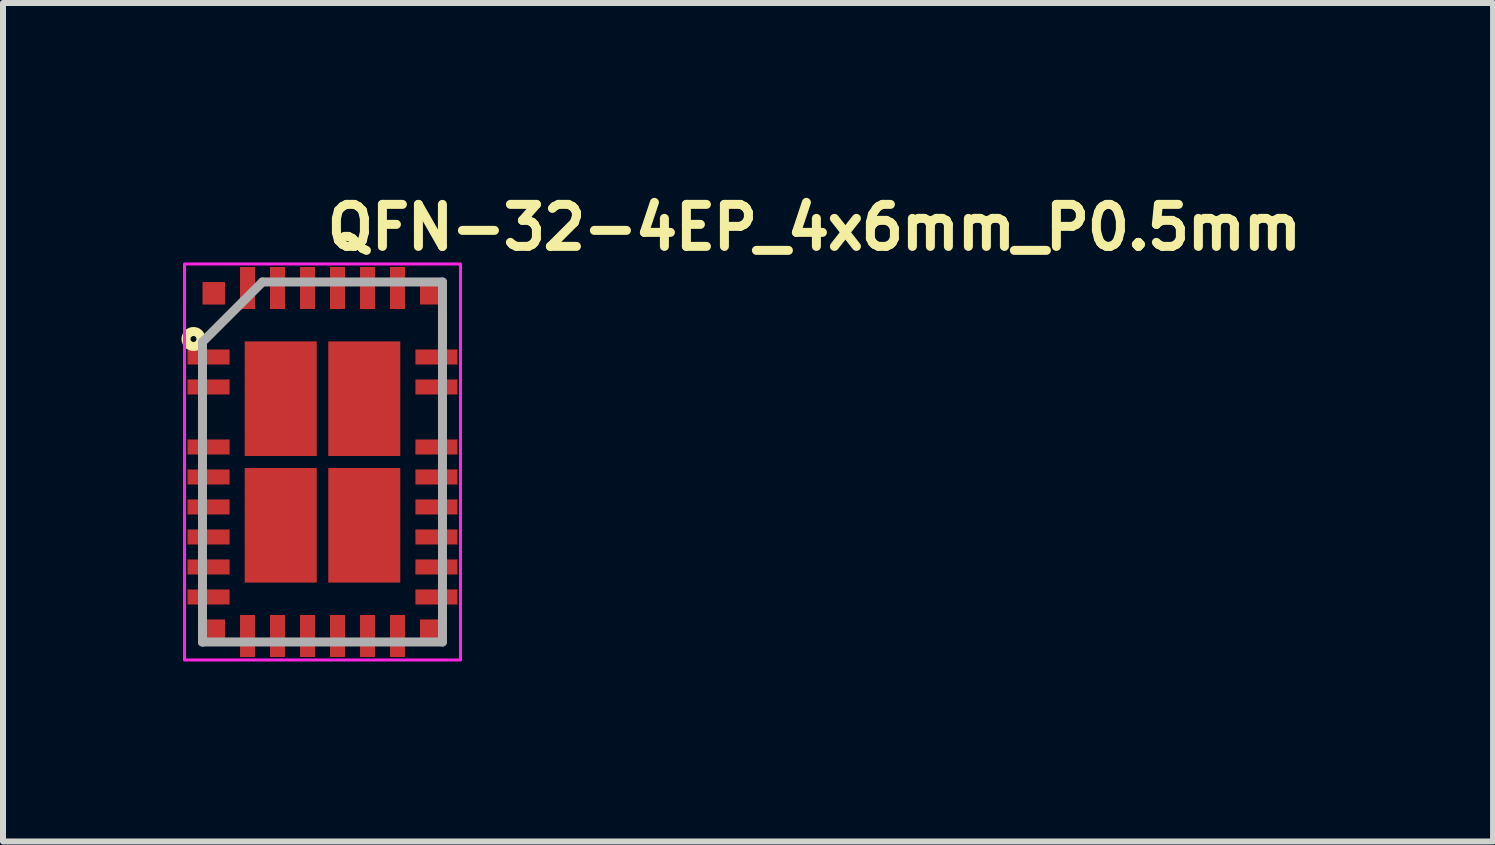
<source format=kicad_pcb>
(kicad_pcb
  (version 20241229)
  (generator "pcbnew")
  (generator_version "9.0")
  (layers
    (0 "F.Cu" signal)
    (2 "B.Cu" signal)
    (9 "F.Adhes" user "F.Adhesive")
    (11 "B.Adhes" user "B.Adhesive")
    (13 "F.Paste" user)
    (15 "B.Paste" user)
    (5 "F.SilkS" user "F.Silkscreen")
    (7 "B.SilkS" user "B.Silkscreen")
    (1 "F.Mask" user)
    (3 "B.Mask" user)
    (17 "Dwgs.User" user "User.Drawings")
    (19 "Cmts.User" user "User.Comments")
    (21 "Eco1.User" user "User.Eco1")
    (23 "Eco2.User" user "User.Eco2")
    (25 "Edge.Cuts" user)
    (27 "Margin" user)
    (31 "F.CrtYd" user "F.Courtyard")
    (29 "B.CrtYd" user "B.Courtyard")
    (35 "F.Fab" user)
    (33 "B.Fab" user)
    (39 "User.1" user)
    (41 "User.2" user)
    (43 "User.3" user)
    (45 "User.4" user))
  (footprint "QFN-32-4EP_4x6mm_P0.5mm"
    (layer "F.Cu")
    (at 2.325 4.65)
    (property "Reference" "QFN-32-4EP_4x6mm_P0.5mm" (at 0 -3.5 0) (unlocked yes) (layer "F.SilkS") (effects (font (size 0.7 0.7) (thickness 0.15)) (justify left bottom)))
    (attr smd)
    (fp_line (start -2 -1) (end -2 -0.5) (stroke (width 0.15) (type solid)) (layer "F.SilkS"))
    (fp_line (start 2 -2.5) (end 2 -2) (stroke (width 0.15) (type solid)) (layer "F.SilkS"))
    (fp_line (start 2 -1) (end 2 -0.5) (stroke (width 0.15) (type solid)) (layer "F.SilkS"))
    (fp_circle (center -2.15 -2.05) (end -2.1 -2.05) (stroke (width 0.15) (type solid)) (fill no) (layer "F.SilkS"))
    (fp_rect (start -2.3 -3.3) (end 2.3 3.3) (stroke (width 0.05) (type solid)) (fill no) (layer "F.CrtYd"))
    (fp_line (start -2 -2) (end -2 3) (stroke (width 0.15) (type solid)) (layer "F.Fab"))
    (fp_line (start -2 3) (end -2 3) (stroke (width 0.15) (type solid)) (layer "F.Fab"))
    (fp_line (start -2 3) (end 2 3) (stroke (width 0.15) (type solid)) (layer "F.Fab"))
    (fp_line (start -1 -3) (end -2 -2) (stroke (width 0.15) (type solid)) (layer "F.Fab"))
    (fp_line (start 2 -3) (end -1 -3) (stroke (width 0.15) (type solid)) (layer "F.Fab"))
    (fp_line (start 2 3) (end 2 -3) (stroke (width 0.15) (type solid)) (layer "F.Fab"))
    (fp_line (start -2 -3) (end 2 -3) (stroke (width 0.1) (type solid)) (layer "User.5"))
    (fp_line (start -2 3) (end -2 -3) (stroke (width 0.1) (type solid)) (layer "User.5"))
    (fp_line (start 2 -3) (end 2 3) (stroke (width 0.1) (type solid)) (layer "User.5"))
    (fp_line (start 2 3) (end -2 3) (stroke (width 0.1) (type solid)) (layer "User.5"))
    (fp_rect (start -2 -3) (end 2 3) (stroke (width 0.1) (type solid)) (fill no) (layer "User.5"))
    (fp_line (start -2 -3) (end -1.97 -2.97) (stroke (width 0.01) (type solid)) (layer "User.9"))
    (fp_line (start -2 -3) (end 1.899 -3) (stroke (width 0.01) (type solid)) (layer "User.9"))
    (fp_line (start -2 -2.625) (end -2 -2.799) (stroke (width 0.01) (type solid)) (layer "User.9"))
    (fp_line (start -2 -1.625) (end -2 -1.875) (stroke (width 0.01) (type solid)) (layer "User.9"))
    (fp_line (start -2 -1.125) (end -2 -1.375) (stroke (width 0.01) (type solid)) (layer "User.9"))
    (fp_line (start -2 -0.125) (end -2 -0.375) (stroke (width 0.01) (type solid)) (layer "User.9"))
    (fp_line (start -2 0.375) (end -2 0.125) (stroke (width 0.01) (type solid)) (layer "User.9"))
    (fp_line (start -2 0.875) (end -2 0.625) (stroke (width 0.01) (type solid)) (layer "User.9"))
    (fp_line (start -2 1.375) (end -2 1.125) (stroke (width 0.01) (type solid)) (layer "User.9"))
    (fp_line (start -2 2.799) (end -2 2.625) (stroke (width 0.01) (type solid)) (layer "User.9"))
    (fp_line (start -2 2.9) (end -2 -3) (stroke (width 0.01) (type solid)) (layer "User.9"))
    (fp_line (start -2 2.9) (end -1.999 2.905) (stroke (width 0.01) (type solid)) (layer "User.9"))
    (fp_line (start -1.999 2.905) (end -1.999 2.91) (stroke (width 0.01) (type solid)) (layer "User.9"))
    (fp_line (start -1.999 2.91) (end -1.998 2.915) (stroke (width 0.01) (type solid)) (layer "User.9"))
    (fp_line (start -1.998 2.915) (end -1.997 2.92) (stroke (width 0.01) (type solid)) (layer "User.9"))
    (fp_line (start -1.997 2.92) (end -1.996 2.924) (stroke (width 0.01) (type solid)) (layer "User.9"))
    (fp_line (start -1.996 2.924) (end -1.995 2.929) (stroke (width 0.01) (type solid)) (layer "User.9"))
    (fp_line (start -1.995 2.929) (end -1.993 2.934) (stroke (width 0.01) (type solid)) (layer "User.9"))
    (fp_line (start -1.993 2.934) (end -1.992 2.938) (stroke (width 0.01) (type solid)) (layer "User.9"))
    (fp_line (start -1.992 2.938) (end -1.99 2.943) (stroke (width 0.01) (type solid)) (layer "User.9"))
    (fp_line (start -1.99 2.943) (end -1.987 2.947) (stroke (width 0.01) (type solid)) (layer "User.9"))
    (fp_line (start -1.987 2.947) (end -1.985 2.951) (stroke (width 0.01) (type solid)) (layer "User.9"))
    (fp_line (start -1.985 2.951) (end -1.982 2.955) (stroke (width 0.01) (type solid)) (layer "User.9"))
    (fp_line (start -1.982 2.955) (end -1.98 2.959) (stroke (width 0.01) (type solid)) (layer "User.9"))
    (fp_line (start -1.98 2.959) (end -1.977 2.963) (stroke (width 0.01) (type solid)) (layer "User.9"))
    (fp_line (start -1.977 2.963) (end -1.974 2.967) (stroke (width 0.01) (type solid)) (layer "User.9"))
    (fp_line (start -1.974 2.967) (end -1.97 2.97) (stroke (width 0.01) (type solid)) (layer "User.9"))
    (fp_line (start -1.97 -2.97) (end -1.97 -2.97) (stroke (width 0.01) (type solid)) (layer "User.9"))
    (fp_line (start -1.97 -2.97) (end -1.899 -2.9) (stroke (width 0.01) (type solid)) (layer "User.9"))
    (fp_line (start -1.97 2.97) (end -1.967 2.974) (stroke (width 0.01) (type solid)) (layer "User.9"))
    (fp_line (start -1.967 2.974) (end -1.963 2.977) (stroke (width 0.01) (type solid)) (layer "User.9"))
    (fp_line (start -1.963 2.977) (end -1.959 2.98) (stroke (width 0.01) (type solid)) (layer "User.9"))
    (fp_line (start -1.959 2.98) (end -1.955 2.982) (stroke (width 0.01) (type solid)) (layer "User.9"))
    (fp_line (start -1.955 2.982) (end -1.951 2.985) (stroke (width 0.01) (type solid)) (layer "User.9"))
    (fp_line (start -1.951 2.985) (end -1.947 2.987) (stroke (width 0.01) (type solid)) (layer "User.9"))
    (fp_line (start -1.947 2.987) (end -1.943 2.99) (stroke (width 0.01) (type solid)) (layer "User.9"))
    (fp_line (start -1.943 2.99) (end -1.938 2.992) (stroke (width 0.01) (type solid)) (layer "User.9"))
    (fp_line (start -1.938 2.992) (end -1.934 2.993) (stroke (width 0.01) (type solid)) (layer "User.9"))
    (fp_line (start -1.934 2.993) (end -1.929 2.995) (stroke (width 0.01) (type solid)) (layer "User.9"))
    (fp_line (start -1.929 2.995) (end -1.924 2.996) (stroke (width 0.01) (type solid)) (layer "User.9"))
    (fp_line (start -1.924 2.996) (end -1.92 2.997) (stroke (width 0.01) (type solid)) (layer "User.9"))
    (fp_line (start -1.92 2.997) (end -1.915 2.998) (stroke (width 0.01) (type solid)) (layer "User.9"))
    (fp_line (start -1.915 2.998) (end -1.91 2.999) (stroke (width 0.01) (type solid)) (layer "User.9"))
    (fp_line (start -1.91 2.999) (end -1.905 2.999) (stroke (width 0.01) (type solid)) (layer "User.9"))
    (fp_line (start -1.905 2.999) (end -1.899 3) (stroke (width 0.01) (type solid)) (layer "User.9"))
    (fp_line (start -1.8 -3) (end -1.625 -3) (stroke (width 0.01) (type solid)) (layer "User.9"))
    (fp_line (start -1.697 -2.352) (end -1.697 -2.347) (stroke (width 0.01) (type solid)) (layer "User.9"))
    (fp_line (start -1.697 -2.352) (end -1.697 -2.347) (stroke (width 0.01) (type solid)) (layer "User.9"))
    (fp_line (start -1.697 -2.347) (end -1.697 -2.342) (stroke (width 0.01) (type solid)) (layer "User.9"))
    (fp_line (start -1.697 -2.347) (end -1.697 -2.342) (stroke (width 0.01) (type solid)) (layer "User.9"))
    (fp_line (start -1.697 -2.342) (end -1.697 -2.337) (stroke (width 0.01) (type solid)) (layer "User.9"))
    (fp_line (start -1.697 -2.342) (end -1.697 -2.337) (stroke (width 0.01) (type solid)) (layer "User.9"))
    (fp_line (start -1.697 -2.337) (end -1.697 -2.327) (stroke (width 0.01) (type solid)) (layer "User.9"))
    (fp_line (start -1.697 -2.337) (end -1.697 -2.327) (stroke (width 0.01) (type solid)) (layer "User.9"))
    (fp_line (start -1.697 -2.327) (end -1.696 -2.317) (stroke (width 0.01) (type solid)) (layer "User.9"))
    (fp_line (start -1.697 -2.327) (end -1.696 -2.317) (stroke (width 0.01) (type solid)) (layer "User.9"))
    (fp_line (start -1.696 -2.356) (end -1.697 -2.352) (stroke (width 0.01) (type solid)) (layer "User.9"))
    (fp_line (start -1.696 -2.356) (end -1.697 -2.352) (stroke (width 0.01) (type solid)) (layer "User.9"))
    (fp_line (start -1.696 -2.317) (end -1.694 -2.307) (stroke (width 0.01) (type solid)) (layer "User.9"))
    (fp_line (start -1.696 -2.317) (end -1.694 -2.307) (stroke (width 0.01) (type solid)) (layer "User.9"))
    (fp_line (start -1.695 -2.361) (end -1.696 -2.356) (stroke (width 0.01) (type solid)) (layer "User.9"))
    (fp_line (start -1.695 -2.361) (end -1.696 -2.356) (stroke (width 0.01) (type solid)) (layer "User.9"))
    (fp_line (start -1.694 -2.366) (end -1.695 -2.361) (stroke (width 0.01) (type solid)) (layer "User.9"))
    (fp_line (start -1.694 -2.366) (end -1.695 -2.361) (stroke (width 0.01) (type solid)) (layer "User.9"))
    (fp_line (start -1.694 -2.307) (end -1.692 -2.297) (stroke (width 0.01) (type solid)) (layer "User.9"))
    (fp_line (start -1.694 -2.307) (end -1.692 -2.297) (stroke (width 0.01) (type solid)) (layer "User.9"))
    (fp_line (start -1.693 -2.371) (end -1.694 -2.366) (stroke (width 0.01) (type solid)) (layer "User.9"))
    (fp_line (start -1.693 -2.371) (end -1.694 -2.366) (stroke (width 0.01) (type solid)) (layer "User.9"))
    (fp_line (start -1.692 -2.376) (end -1.693 -2.371) (stroke (width 0.01) (type solid)) (layer "User.9"))
    (fp_line (start -1.692 -2.376) (end -1.693 -2.371) (stroke (width 0.01) (type solid)) (layer "User.9"))
    (fp_line (start -1.692 -2.297) (end -1.689 -2.288) (stroke (width 0.01) (type solid)) (layer "User.9"))
    (fp_line (start -1.692 -2.297) (end -1.689 -2.288) (stroke (width 0.01) (type solid)) (layer "User.9"))
    (fp_line (start -1.691 -2.38) (end -1.692 -2.376) (stroke (width 0.01) (type solid)) (layer "User.9"))
    (fp_line (start -1.691 -2.38) (end -1.692 -2.376) (stroke (width 0.01) (type solid)) (layer "User.9"))
    (fp_line (start -1.689 -2.385) (end -1.691 -2.38) (stroke (width 0.01) (type solid)) (layer "User.9"))
    (fp_line (start -1.689 -2.385) (end -1.691 -2.38) (stroke (width 0.01) (type solid)) (layer "User.9"))
    (fp_line (start -1.689 -2.288) (end -1.686 -2.279) (stroke (width 0.01) (type solid)) (layer "User.9"))
    (fp_line (start -1.689 -2.288) (end -1.686 -2.279) (stroke (width 0.01) (type solid)) (layer "User.9"))
    (fp_line (start -1.688 -2.39) (end -1.689 -2.385) (stroke (width 0.01) (type solid)) (layer "User.9"))
    (fp_line (start -1.688 -2.39) (end -1.689 -2.385) (stroke (width 0.01) (type solid)) (layer "User.9"))
    (fp_line (start -1.686 -2.394) (end -1.688 -2.39) (stroke (width 0.01) (type solid)) (layer "User.9"))
    (fp_line (start -1.686 -2.394) (end -1.688 -2.39) (stroke (width 0.01) (type solid)) (layer "User.9"))
    (fp_line (start -1.686 -2.279) (end -1.682 -2.27) (stroke (width 0.01) (type solid)) (layer "User.9"))
    (fp_line (start -1.686 -2.279) (end -1.682 -2.27) (stroke (width 0.01) (type solid)) (layer "User.9"))
    (fp_line (start -1.684 -2.399) (end -1.686 -2.394) (stroke (width 0.01) (type solid)) (layer "User.9"))
    (fp_line (start -1.684 -2.399) (end -1.686 -2.394) (stroke (width 0.01) (type solid)) (layer "User.9"))
    (fp_line (start -1.682 -2.403) (end -1.684 -2.399) (stroke (width 0.01) (type solid)) (layer "User.9"))
    (fp_line (start -1.682 -2.403) (end -1.684 -2.399) (stroke (width 0.01) (type solid)) (layer "User.9"))
    (fp_line (start -1.682 -2.27) (end -1.677 -2.262) (stroke (width 0.01) (type solid)) (layer "User.9"))
    (fp_line (start -1.682 -2.27) (end -1.677 -2.262) (stroke (width 0.01) (type solid)) (layer "User.9"))
    (fp_line (start -1.68 -2.407) (end -1.682 -2.403) (stroke (width 0.01) (type solid)) (layer "User.9"))
    (fp_line (start -1.68 -2.407) (end -1.682 -2.403) (stroke (width 0.01) (type solid)) (layer "User.9"))
    (fp_line (start -1.677 -2.412) (end -1.68 -2.407) (stroke (width 0.01) (type solid)) (layer "User.9"))
    (fp_line (start -1.677 -2.412) (end -1.68 -2.407) (stroke (width 0.01) (type solid)) (layer "User.9"))
    (fp_line (start -1.677 -2.262) (end -1.672 -2.253) (stroke (width 0.01) (type solid)) (layer "User.9"))
    (fp_line (start -1.677 -2.262) (end -1.672 -2.253) (stroke (width 0.01) (type solid)) (layer "User.9"))
    (fp_line (start -1.675 -2.416) (end -1.677 -2.412) (stroke (width 0.01) (type solid)) (layer "User.9"))
    (fp_line (start -1.675 -2.416) (end -1.677 -2.412) (stroke (width 0.01) (type solid)) (layer "User.9"))
    (fp_line (start -1.672 -2.42) (end -1.675 -2.416) (stroke (width 0.01) (type solid)) (layer "User.9"))
    (fp_line (start -1.672 -2.42) (end -1.675 -2.416) (stroke (width 0.01) (type solid)) (layer "User.9"))
    (fp_line (start -1.672 -2.253) (end -1.667 -2.245) (stroke (width 0.01) (type solid)) (layer "User.9"))
    (fp_line (start -1.672 -2.253) (end -1.667 -2.245) (stroke (width 0.01) (type solid)) (layer "User.9"))
    (fp_line (start -1.669 -2.424) (end -1.672 -2.42) (stroke (width 0.01) (type solid)) (layer "User.9"))
    (fp_line (start -1.669 -2.424) (end -1.672 -2.42) (stroke (width 0.01) (type solid)) (layer "User.9"))
    (fp_line (start -1.667 -2.428) (end -1.669 -2.424) (stroke (width 0.01) (type solid)) (layer "User.9"))
    (fp_line (start -1.667 -2.428) (end -1.669 -2.424) (stroke (width 0.01) (type solid)) (layer "User.9"))
    (fp_line (start -1.667 -2.245) (end -1.66 -2.238) (stroke (width 0.01) (type solid)) (layer "User.9"))
    (fp_line (start -1.667 -2.245) (end -1.66 -2.238) (stroke (width 0.01) (type solid)) (layer "User.9"))
    (fp_line (start -1.663 -2.432) (end -1.667 -2.428) (stroke (width 0.01) (type solid)) (layer "User.9"))
    (fp_line (start -1.663 -2.432) (end -1.667 -2.428) (stroke (width 0.01) (type solid)) (layer "User.9"))
    (fp_line (start -1.66 -2.435) (end -1.663 -2.432) (stroke (width 0.01) (type solid)) (layer "User.9"))
    (fp_line (start -1.66 -2.435) (end -1.663 -2.432) (stroke (width 0.01) (type solid)) (layer "User.9"))
    (fp_line (start -1.66 -2.238) (end -1.654 -2.231) (stroke (width 0.01) (type solid)) (layer "User.9"))
    (fp_line (start -1.66 -2.238) (end -1.654 -2.231) (stroke (width 0.01) (type solid)) (layer "User.9"))
    (fp_line (start -1.657 -2.439) (end -1.66 -2.435) (stroke (width 0.01) (type solid)) (layer "User.9"))
    (fp_line (start -1.657 -2.439) (end -1.66 -2.435) (stroke (width 0.01) (type solid)) (layer "User.9"))
    (fp_line (start -1.654 -2.442) (end -1.657 -2.439) (stroke (width 0.01) (type solid)) (layer "User.9"))
    (fp_line (start -1.654 -2.442) (end -1.657 -2.439) (stroke (width 0.01) (type solid)) (layer "User.9"))
    (fp_line (start -1.654 -2.231) (end -1.647 -2.224) (stroke (width 0.01) (type solid)) (layer "User.9"))
    (fp_line (start -1.654 -2.231) (end -1.647 -2.224) (stroke (width 0.01) (type solid)) (layer "User.9"))
    (fp_line (start -1.65 -2.446) (end -1.654 -2.442) (stroke (width 0.01) (type solid)) (layer "User.9"))
    (fp_line (start -1.65 -2.446) (end -1.654 -2.442) (stroke (width 0.01) (type solid)) (layer "User.9"))
    (fp_line (start -1.647 -2.449) (end -1.65 -2.446) (stroke (width 0.01) (type solid)) (layer "User.9"))
    (fp_line (start -1.647 -2.449) (end -1.65 -2.446) (stroke (width 0.01) (type solid)) (layer "User.9"))
    (fp_line (start -1.647 -2.224) (end -1.639 -2.218) (stroke (width 0.01) (type solid)) (layer "User.9"))
    (fp_line (start -1.647 -2.224) (end -1.639 -2.218) (stroke (width 0.01) (type solid)) (layer "User.9"))
    (fp_line (start -1.643 -2.452) (end -1.647 -2.449) (stroke (width 0.01) (type solid)) (layer "User.9"))
    (fp_line (start -1.643 -2.452) (end -1.647 -2.449) (stroke (width 0.01) (type solid)) (layer "User.9"))
    (fp_line (start -1.639 -2.455) (end -1.643 -2.452) (stroke (width 0.01) (type solid)) (layer "User.9"))
    (fp_line (start -1.639 -2.455) (end -1.643 -2.452) (stroke (width 0.01) (type solid)) (layer "User.9"))
    (fp_line (start -1.639 -2.218) (end -1.631 -2.212) (stroke (width 0.01) (type solid)) (layer "User.9"))
    (fp_line (start -1.639 -2.218) (end -1.631 -2.212) (stroke (width 0.01) (type solid)) (layer "User.9"))
    (fp_line (start -1.635 -2.458) (end -1.639 -2.455) (stroke (width 0.01) (type solid)) (layer "User.9"))
    (fp_line (start -1.635 -2.458) (end -1.639 -2.455) (stroke (width 0.01) (type solid)) (layer "User.9"))
    (fp_line (start -1.631 -2.461) (end -1.635 -2.458) (stroke (width 0.01) (type solid)) (layer "User.9"))
    (fp_line (start -1.631 -2.461) (end -1.635 -2.458) (stroke (width 0.01) (type solid)) (layer "User.9"))
    (fp_line (start -1.631 -2.212) (end -1.622 -2.207) (stroke (width 0.01) (type solid)) (layer "User.9"))
    (fp_line (start -1.631 -2.212) (end -1.622 -2.207) (stroke (width 0.01) (type solid)) (layer "User.9"))
    (fp_line (start -1.627 -2.464) (end -1.631 -2.461) (stroke (width 0.01) (type solid)) (layer "User.9"))
    (fp_line (start -1.627 -2.464) (end -1.631 -2.461) (stroke (width 0.01) (type solid)) (layer "User.9"))
    (fp_line (start -1.625 3) (end -1.8 3) (stroke (width 0.01) (type solid)) (layer "User.9"))
    (fp_line (start -1.622 -2.467) (end -1.627 -2.464) (stroke (width 0.01) (type solid)) (layer "User.9"))
    (fp_line (start -1.622 -2.467) (end -1.627 -2.464) (stroke (width 0.01) (type solid)) (layer "User.9"))
    (fp_line (start -1.622 -2.467) (end -1.622 -2.467) (stroke (width 0.01) (type solid)) (layer "User.9"))
    (fp_line (start -1.622 -2.467) (end -1.622 -2.467) (stroke (width 0.01) (type solid)) (layer "User.9"))
    (fp_line (start -1.622 -2.207) (end -1.622 -2.207) (stroke (width 0.01) (type solid)) (layer "User.9"))
    (fp_line (start -1.622 -2.207) (end -1.622 -2.207) (stroke (width 0.01) (type solid)) (layer "User.9"))
    (fp_line (start -1.622 -2.207) (end -1.614 -2.202) (stroke (width 0.01) (type solid)) (layer "User.9"))
    (fp_line (start -1.622 -2.207) (end -1.614 -2.202) (stroke (width 0.01) (type solid)) (layer "User.9"))
    (fp_line (start -1.614 -2.471) (end -1.622 -2.467) (stroke (width 0.01) (type solid)) (layer "User.9"))
    (fp_line (start -1.614 -2.471) (end -1.622 -2.467) (stroke (width 0.01) (type solid)) (layer "User.9"))
    (fp_line (start -1.614 -2.202) (end -1.605 -2.198) (stroke (width 0.01) (type solid)) (layer "User.9"))
    (fp_line (start -1.614 -2.202) (end -1.605 -2.198) (stroke (width 0.01) (type solid)) (layer "User.9"))
    (fp_line (start -1.605 -2.475) (end -1.614 -2.471) (stroke (width 0.01) (type solid)) (layer "User.9"))
    (fp_line (start -1.605 -2.475) (end -1.614 -2.471) (stroke (width 0.01) (type solid)) (layer "User.9"))
    (fp_line (start -1.605 -2.198) (end -1.595 -2.194) (stroke (width 0.01) (type solid)) (layer "User.9"))
    (fp_line (start -1.605 -2.198) (end -1.595 -2.194) (stroke (width 0.01) (type solid)) (layer "User.9"))
    (fp_line (start -1.595 -2.479) (end -1.605 -2.475) (stroke (width 0.01) (type solid)) (layer "User.9"))
    (fp_line (start -1.595 -2.479) (end -1.605 -2.475) (stroke (width 0.01) (type solid)) (layer "User.9"))
    (fp_line (start -1.595 -2.194) (end -1.586 -2.192) (stroke (width 0.01) (type solid)) (layer "User.9"))
    (fp_line (start -1.595 -2.194) (end -1.586 -2.192) (stroke (width 0.01) (type solid)) (layer "User.9"))
    (fp_line (start -1.586 -2.482) (end -1.595 -2.479) (stroke (width 0.01) (type solid)) (layer "User.9"))
    (fp_line (start -1.586 -2.482) (end -1.595 -2.479) (stroke (width 0.01) (type solid)) (layer "User.9"))
    (fp_line (start -1.586 -2.192) (end -1.576 -2.189) (stroke (width 0.01) (type solid)) (layer "User.9"))
    (fp_line (start -1.586 -2.192) (end -1.576 -2.189) (stroke (width 0.01) (type solid)) (layer "User.9"))
    (fp_line (start -1.576 -2.484) (end -1.586 -2.482) (stroke (width 0.01) (type solid)) (layer "User.9"))
    (fp_line (start -1.576 -2.484) (end -1.586 -2.482) (stroke (width 0.01) (type solid)) (layer "User.9"))
    (fp_line (start -1.576 -2.189) (end -1.567 -2.188) (stroke (width 0.01) (type solid)) (layer "User.9"))
    (fp_line (start -1.576 -2.189) (end -1.567 -2.188) (stroke (width 0.01) (type solid)) (layer "User.9"))
    (fp_line (start -1.567 -2.485) (end -1.576 -2.484) (stroke (width 0.01) (type solid)) (layer "User.9"))
    (fp_line (start -1.567 -2.485) (end -1.576 -2.484) (stroke (width 0.01) (type solid)) (layer "User.9"))
    (fp_line (start -1.567 -2.188) (end -1.557 -2.187) (stroke (width 0.01) (type solid)) (layer "User.9"))
    (fp_line (start -1.567 -2.188) (end -1.557 -2.187) (stroke (width 0.01) (type solid)) (layer "User.9"))
    (fp_line (start -1.557 -2.486) (end -1.567 -2.485) (stroke (width 0.01) (type solid)) (layer "User.9"))
    (fp_line (start -1.557 -2.486) (end -1.567 -2.485) (stroke (width 0.01) (type solid)) (layer "User.9"))
    (fp_line (start -1.557 -2.187) (end -1.547 -2.187) (stroke (width 0.01) (type solid)) (layer "User.9"))
    (fp_line (start -1.557 -2.187) (end -1.547 -2.187) (stroke (width 0.01) (type solid)) (layer "User.9"))
    (fp_line (start -1.547 -2.487) (end -1.557 -2.486) (stroke (width 0.01) (type solid)) (layer "User.9"))
    (fp_line (start -1.547 -2.487) (end -1.557 -2.486) (stroke (width 0.01) (type solid)) (layer "User.9"))
    (fp_line (start -1.547 -2.187) (end -1.538 -2.187) (stroke (width 0.01) (type solid)) (layer "User.9"))
    (fp_line (start -1.547 -2.187) (end -1.538 -2.187) (stroke (width 0.01) (type solid)) (layer "User.9"))
    (fp_line (start -1.538 -2.486) (end -1.547 -2.487) (stroke (width 0.01) (type solid)) (layer "User.9"))
    (fp_line (start -1.538 -2.486) (end -1.547 -2.487) (stroke (width 0.01) (type solid)) (layer "User.9"))
    (fp_line (start -1.538 -2.187) (end -1.528 -2.188) (stroke (width 0.01) (type solid)) (layer "User.9"))
    (fp_line (start -1.538 -2.187) (end -1.528 -2.188) (stroke (width 0.01) (type solid)) (layer "User.9"))
    (fp_line (start -1.528 -2.485) (end -1.538 -2.486) (stroke (width 0.01) (type solid)) (layer "User.9"))
    (fp_line (start -1.528 -2.485) (end -1.538 -2.486) (stroke (width 0.01) (type solid)) (layer "User.9"))
    (fp_line (start -1.528 -2.188) (end -1.518 -2.189) (stroke (width 0.01) (type solid)) (layer "User.9"))
    (fp_line (start -1.528 -2.188) (end -1.518 -2.189) (stroke (width 0.01) (type solid)) (layer "User.9"))
    (fp_line (start -1.518 -2.484) (end -1.528 -2.485) (stroke (width 0.01) (type solid)) (layer "User.9"))
    (fp_line (start -1.518 -2.484) (end -1.528 -2.485) (stroke (width 0.01) (type solid)) (layer "User.9"))
    (fp_line (start -1.518 -2.189) (end -1.509 -2.192) (stroke (width 0.01) (type solid)) (layer "User.9"))
    (fp_line (start -1.518 -2.189) (end -1.509 -2.192) (stroke (width 0.01) (type solid)) (layer "User.9"))
    (fp_line (start -1.509 -2.482) (end -1.518 -2.484) (stroke (width 0.01) (type solid)) (layer "User.9"))
    (fp_line (start -1.509 -2.482) (end -1.518 -2.484) (stroke (width 0.01) (type solid)) (layer "User.9"))
    (fp_line (start -1.509 -2.192) (end -1.499 -2.194) (stroke (width 0.01) (type solid)) (layer "User.9"))
    (fp_line (start -1.509 -2.192) (end -1.499 -2.194) (stroke (width 0.01) (type solid)) (layer "User.9"))
    (fp_line (start -1.499 -2.479) (end -1.509 -2.482) (stroke (width 0.01) (type solid)) (layer "User.9"))
    (fp_line (start -1.499 -2.479) (end -1.509 -2.482) (stroke (width 0.01) (type solid)) (layer "User.9"))
    (fp_line (start -1.499 -2.194) (end -1.49 -2.198) (stroke (width 0.01) (type solid)) (layer "User.9"))
    (fp_line (start -1.499 -2.194) (end -1.49 -2.198) (stroke (width 0.01) (type solid)) (layer "User.9"))
    (fp_line (start -1.49 -2.475) (end -1.499 -2.479) (stroke (width 0.01) (type solid)) (layer "User.9"))
    (fp_line (start -1.49 -2.475) (end -1.499 -2.479) (stroke (width 0.01) (type solid)) (layer "User.9"))
    (fp_line (start -1.49 -2.198) (end -1.481 -2.202) (stroke (width 0.01) (type solid)) (layer "User.9"))
    (fp_line (start -1.49 -2.198) (end -1.481 -2.202) (stroke (width 0.01) (type solid)) (layer "User.9"))
    (fp_line (start -1.481 -2.471) (end -1.49 -2.475) (stroke (width 0.01) (type solid)) (layer "User.9"))
    (fp_line (start -1.481 -2.471) (end -1.49 -2.475) (stroke (width 0.01) (type solid)) (layer "User.9"))
    (fp_line (start -1.481 -2.202) (end -1.472 -2.207) (stroke (width 0.01) (type solid)) (layer "User.9"))
    (fp_line (start -1.481 -2.202) (end -1.472 -2.207) (stroke (width 0.01) (type solid)) (layer "User.9"))
    (fp_line (start -1.472 -2.467) (end -1.481 -2.471) (stroke (width 0.01) (type solid)) (layer "User.9"))
    (fp_line (start -1.472 -2.467) (end -1.481 -2.471) (stroke (width 0.01) (type solid)) (layer "User.9"))
    (fp_line (start -1.472 -2.467) (end -1.472 -2.467) (stroke (width 0.01) (type solid)) (layer "User.9"))
    (fp_line (start -1.472 -2.467) (end -1.472 -2.467) (stroke (width 0.01) (type solid)) (layer "User.9"))
    (fp_line (start -1.472 -2.207) (end -1.472 -2.207) (stroke (width 0.01) (type solid)) (layer "User.9"))
    (fp_line (start -1.472 -2.207) (end -1.472 -2.207) (stroke (width 0.01) (type solid)) (layer "User.9"))
    (fp_line (start -1.472 -2.207) (end -1.468 -2.209) (stroke (width 0.01) (type solid)) (layer "User.9"))
    (fp_line (start -1.472 -2.207) (end -1.468 -2.209) (stroke (width 0.01) (type solid)) (layer "User.9"))
    (fp_line (start -1.468 -2.209) (end -1.464 -2.212) (stroke (width 0.01) (type solid)) (layer "User.9"))
    (fp_line (start -1.468 -2.209) (end -1.464 -2.212) (stroke (width 0.01) (type solid)) (layer "User.9"))
    (fp_line (start -1.464 -2.461) (end -1.472 -2.467) (stroke (width 0.01) (type solid)) (layer "User.9"))
    (fp_line (start -1.464 -2.461) (end -1.472 -2.467) (stroke (width 0.01) (type solid)) (layer "User.9"))
    (fp_line (start -1.464 -2.212) (end -1.46 -2.215) (stroke (width 0.01) (type solid)) (layer "User.9"))
    (fp_line (start -1.464 -2.212) (end -1.46 -2.215) (stroke (width 0.01) (type solid)) (layer "User.9"))
    (fp_line (start -1.46 -2.215) (end -1.456 -2.218) (stroke (width 0.01) (type solid)) (layer "User.9"))
    (fp_line (start -1.46 -2.215) (end -1.456 -2.218) (stroke (width 0.01) (type solid)) (layer "User.9"))
    (fp_line (start -1.456 -2.455) (end -1.464 -2.461) (stroke (width 0.01) (type solid)) (layer "User.9"))
    (fp_line (start -1.456 -2.455) (end -1.464 -2.461) (stroke (width 0.01) (type solid)) (layer "User.9"))
    (fp_line (start -1.456 -2.218) (end -1.452 -2.221) (stroke (width 0.01) (type solid)) (layer "User.9"))
    (fp_line (start -1.456 -2.218) (end -1.452 -2.221) (stroke (width 0.01) (type solid)) (layer "User.9"))
    (fp_line (start -1.452 -2.221) (end -1.448 -2.224) (stroke (width 0.01) (type solid)) (layer "User.9"))
    (fp_line (start -1.452 -2.221) (end -1.448 -2.224) (stroke (width 0.01) (type solid)) (layer "User.9"))
    (fp_line (start -1.448 -2.449) (end -1.456 -2.455) (stroke (width 0.01) (type solid)) (layer "User.9"))
    (fp_line (start -1.448 -2.449) (end -1.456 -2.455) (stroke (width 0.01) (type solid)) (layer "User.9"))
    (fp_line (start -1.448 -2.224) (end -1.445 -2.227) (stroke (width 0.01) (type solid)) (layer "User.9"))
    (fp_line (start -1.448 -2.224) (end -1.445 -2.227) (stroke (width 0.01) (type solid)) (layer "User.9"))
    (fp_line (start -1.445 -2.227) (end -1.441 -2.231) (stroke (width 0.01) (type solid)) (layer "User.9"))
    (fp_line (start -1.445 -2.227) (end -1.441 -2.231) (stroke (width 0.01) (type solid)) (layer "User.9"))
    (fp_line (start -1.441 -2.442) (end -1.448 -2.449) (stroke (width 0.01) (type solid)) (layer "User.9"))
    (fp_line (start -1.441 -2.442) (end -1.448 -2.449) (stroke (width 0.01) (type solid)) (layer "User.9"))
    (fp_line (start -1.441 -2.231) (end -1.438 -2.234) (stroke (width 0.01) (type solid)) (layer "User.9"))
    (fp_line (start -1.441 -2.231) (end -1.438 -2.234) (stroke (width 0.01) (type solid)) (layer "User.9"))
    (fp_line (start -1.438 -2.234) (end -1.434 -2.238) (stroke (width 0.01) (type solid)) (layer "User.9"))
    (fp_line (start -1.438 -2.234) (end -1.434 -2.238) (stroke (width 0.01) (type solid)) (layer "User.9"))
    (fp_line (start -1.434 -2.435) (end -1.441 -2.442) (stroke (width 0.01) (type solid)) (layer "User.9"))
    (fp_line (start -1.434 -2.435) (end -1.441 -2.442) (stroke (width 0.01) (type solid)) (layer "User.9"))
    (fp_line (start -1.434 -2.238) (end -1.431 -2.242) (stroke (width 0.01) (type solid)) (layer "User.9"))
    (fp_line (start -1.434 -2.238) (end -1.431 -2.242) (stroke (width 0.01) (type solid)) (layer "User.9"))
    (fp_line (start -1.431 -2.242) (end -1.428 -2.245) (stroke (width 0.01) (type solid)) (layer "User.9"))
    (fp_line (start -1.431 -2.242) (end -1.428 -2.245) (stroke (width 0.01) (type solid)) (layer "User.9"))
    (fp_line (start -1.428 -2.428) (end -1.434 -2.435) (stroke (width 0.01) (type solid)) (layer "User.9"))
    (fp_line (start -1.428 -2.428) (end -1.434 -2.435) (stroke (width 0.01) (type solid)) (layer "User.9"))
    (fp_line (start -1.428 -2.245) (end -1.425 -2.249) (stroke (width 0.01) (type solid)) (layer "User.9"))
    (fp_line (start -1.428 -2.245) (end -1.425 -2.249) (stroke (width 0.01) (type solid)) (layer "User.9"))
    (fp_line (start -1.425 -2.249) (end -1.423 -2.253) (stroke (width 0.01) (type solid)) (layer "User.9"))
    (fp_line (start -1.425 -2.249) (end -1.423 -2.253) (stroke (width 0.01) (type solid)) (layer "User.9"))
    (fp_line (start -1.423 -2.42) (end -1.428 -2.428) (stroke (width 0.01) (type solid)) (layer "User.9"))
    (fp_line (start -1.423 -2.42) (end -1.428 -2.428) (stroke (width 0.01) (type solid)) (layer "User.9"))
    (fp_line (start -1.423 -2.253) (end -1.42 -2.257) (stroke (width 0.01) (type solid)) (layer "User.9"))
    (fp_line (start -1.423 -2.253) (end -1.42 -2.257) (stroke (width 0.01) (type solid)) (layer "User.9"))
    (fp_line (start -1.42 -2.257) (end -1.417 -2.262) (stroke (width 0.01) (type solid)) (layer "User.9"))
    (fp_line (start -1.42 -2.257) (end -1.417 -2.262) (stroke (width 0.01) (type solid)) (layer "User.9"))
    (fp_line (start -1.417 -2.412) (end -1.423 -2.42) (stroke (width 0.01) (type solid)) (layer "User.9"))
    (fp_line (start -1.417 -2.412) (end -1.423 -2.42) (stroke (width 0.01) (type solid)) (layer "User.9"))
    (fp_line (start -1.417 -2.262) (end -1.415 -2.266) (stroke (width 0.01) (type solid)) (layer "User.9"))
    (fp_line (start -1.417 -2.262) (end -1.415 -2.266) (stroke (width 0.01) (type solid)) (layer "User.9"))
    (fp_line (start -1.415 -2.266) (end -1.413 -2.27) (stroke (width 0.01) (type solid)) (layer "User.9"))
    (fp_line (start -1.415 -2.266) (end -1.413 -2.27) (stroke (width 0.01) (type solid)) (layer "User.9"))
    (fp_line (start -1.413 -2.403) (end -1.417 -2.412) (stroke (width 0.01) (type solid)) (layer "User.9"))
    (fp_line (start -1.413 -2.403) (end -1.417 -2.412) (stroke (width 0.01) (type solid)) (layer "User.9"))
    (fp_line (start -1.413 -2.27) (end -1.411 -2.275) (stroke (width 0.01) (type solid)) (layer "User.9"))
    (fp_line (start -1.413 -2.27) (end -1.411 -2.275) (stroke (width 0.01) (type solid)) (layer "User.9"))
    (fp_line (start -1.411 -2.275) (end -1.409 -2.279) (stroke (width 0.01) (type solid)) (layer "User.9"))
    (fp_line (start -1.411 -2.275) (end -1.409 -2.279) (stroke (width 0.01) (type solid)) (layer "User.9"))
    (fp_line (start -1.409 -2.394) (end -1.413 -2.403) (stroke (width 0.01) (type solid)) (layer "User.9"))
    (fp_line (start -1.409 -2.394) (end -1.413 -2.403) (stroke (width 0.01) (type solid)) (layer "User.9"))
    (fp_line (start -1.409 -2.279) (end -1.407 -2.284) (stroke (width 0.01) (type solid)) (layer "User.9"))
    (fp_line (start -1.409 -2.279) (end -1.407 -2.284) (stroke (width 0.01) (type solid)) (layer "User.9"))
    (fp_line (start -1.407 -2.284) (end -1.405 -2.288) (stroke (width 0.01) (type solid)) (layer "User.9"))
    (fp_line (start -1.407 -2.284) (end -1.405 -2.288) (stroke (width 0.01) (type solid)) (layer "User.9"))
    (fp_line (start -1.405 -2.385) (end -1.409 -2.394) (stroke (width 0.01) (type solid)) (layer "User.9"))
    (fp_line (start -1.405 -2.385) (end -1.409 -2.394) (stroke (width 0.01) (type solid)) (layer "User.9"))
    (fp_line (start -1.405 -2.288) (end -1.404 -2.293) (stroke (width 0.01) (type solid)) (layer "User.9"))
    (fp_line (start -1.405 -2.288) (end -1.404 -2.293) (stroke (width 0.01) (type solid)) (layer "User.9"))
    (fp_line (start -1.404 -2.293) (end -1.403 -2.297) (stroke (width 0.01) (type solid)) (layer "User.9"))
    (fp_line (start -1.404 -2.293) (end -1.403 -2.297) (stroke (width 0.01) (type solid)) (layer "User.9"))
    (fp_line (start -1.403 -2.376) (end -1.405 -2.385) (stroke (width 0.01) (type solid)) (layer "User.9"))
    (fp_line (start -1.403 -2.376) (end -1.405 -2.385) (stroke (width 0.01) (type solid)) (layer "User.9"))
    (fp_line (start -1.403 -2.297) (end -1.401 -2.302) (stroke (width 0.01) (type solid)) (layer "User.9"))
    (fp_line (start -1.403 -2.297) (end -1.401 -2.302) (stroke (width 0.01) (type solid)) (layer "User.9"))
    (fp_line (start -1.401 -2.302) (end -1.4 -2.307) (stroke (width 0.01) (type solid)) (layer "User.9"))
    (fp_line (start -1.401 -2.302) (end -1.4 -2.307) (stroke (width 0.01) (type solid)) (layer "User.9"))
    (fp_line (start -1.4 -2.366) (end -1.403 -2.376) (stroke (width 0.01) (type solid)) (layer "User.9"))
    (fp_line (start -1.4 -2.366) (end -1.403 -2.376) (stroke (width 0.01) (type solid)) (layer "User.9"))
    (fp_line (start -1.4 -2.307) (end -1.399 -2.312) (stroke (width 0.01) (type solid)) (layer "User.9"))
    (fp_line (start -1.4 -2.307) (end -1.399 -2.312) (stroke (width 0.01) (type solid)) (layer "User.9"))
    (fp_line (start -1.399 -2.356) (end -1.4 -2.366) (stroke (width 0.01) (type solid)) (layer "User.9"))
    (fp_line (start -1.399 -2.356) (end -1.4 -2.366) (stroke (width 0.01) (type solid)) (layer "User.9"))
    (fp_line (start -1.399 -2.317) (end -1.398 -2.322) (stroke (width 0.01) (type solid)) (layer "User.9"))
    (fp_line (start -1.399 -2.317) (end -1.398 -2.322) (stroke (width 0.01) (type solid)) (layer "User.9"))
    (fp_line (start -1.399 -2.312) (end -1.399 -2.317) (stroke (width 0.01) (type solid)) (layer "User.9"))
    (fp_line (start -1.399 -2.312) (end -1.399 -2.317) (stroke (width 0.01) (type solid)) (layer "User.9"))
    (fp_line (start -1.398 -2.347) (end -1.399 -2.356) (stroke (width 0.01) (type solid)) (layer "User.9"))
    (fp_line (start -1.398 -2.347) (end -1.399 -2.356) (stroke (width 0.01) (type solid)) (layer "User.9"))
    (fp_line (start -1.398 -2.327) (end -1.397 -2.332) (stroke (width 0.01) (type solid)) (layer "User.9"))
    (fp_line (start -1.398 -2.327) (end -1.397 -2.332) (stroke (width 0.01) (type solid)) (layer "User.9"))
    (fp_line (start -1.398 -2.322) (end -1.398 -2.327) (stroke (width 0.01) (type solid)) (layer "User.9"))
    (fp_line (start -1.398 -2.322) (end -1.398 -2.327) (stroke (width 0.01) (type solid)) (layer "User.9"))
    (fp_line (start -1.397 -2.337) (end -1.398 -2.347) (stroke (width 0.01) (type solid)) (layer "User.9"))
    (fp_line (start -1.397 -2.337) (end -1.398 -2.347) (stroke (width 0.01) (type solid)) (layer "User.9"))
    (fp_line (start -1.397 -2.332) (end -1.397 -2.337) (stroke (width 0.01) (type solid)) (layer "User.9"))
    (fp_line (start -1.397 -2.332) (end -1.397 -2.337) (stroke (width 0.01) (type solid)) (layer "User.9"))
    (fp_line (start -1.125 3) (end -1.375 3) (stroke (width 0.01) (type solid)) (layer "User.9"))
    (fp_line (start -0.625 3) (end -0.875 3) (stroke (width 0.01) (type solid)) (layer "User.9"))
    (fp_line (start -0.125 3) (end -0.375 3) (stroke (width 0.01) (type solid)) (layer "User.9"))
    (fp_line (start 0.125 -3) (end 0.375 -3) (stroke (width 0.01) (type solid)) (layer "User.9"))
    (fp_line (start 0.625 -3) (end 0.875 -3) (stroke (width 0.01) (type solid)) (layer "User.9"))
    (fp_line (start 1.125 -3) (end 1.375 -3) (stroke (width 0.01) (type solid)) (layer "User.9"))
    (fp_line (start 1.625 -3) (end 1.8 -3) (stroke (width 0.01) (type solid)) (layer "User.9"))
    (fp_line (start 1.8 3) (end 1.625 3) (stroke (width 0.01) (type solid)) (layer "User.9"))
    (fp_line (start 1.899 -3) (end 1.905 -2.999) (stroke (width 0.01) (type solid)) (layer "User.9"))
    (fp_line (start 1.899 3) (end -1.899 3) (stroke (width 0.01) (type solid)) (layer "User.9"))
    (fp_line (start 1.899 3) (end 1.905 2.999) (stroke (width 0.01) (type solid)) (layer "User.9"))
    (fp_line (start 1.905 -2.999) (end 1.91 -2.999) (stroke (width 0.01) (type solid)) (layer "User.9"))
    (fp_line (start 1.905 2.999) (end 1.91 2.999) (stroke (width 0.01) (type solid)) (layer "User.9"))
    (fp_line (start 1.91 -2.999) (end 1.915 -2.998) (stroke (width 0.01) (type solid)) (layer "User.9"))
    (fp_line (start 1.91 2.999) (end 1.915 2.998) (stroke (width 0.01) (type solid)) (layer "User.9"))
    (fp_line (start 1.915 -2.998) (end 1.92 -2.997) (stroke (width 0.01) (type solid)) (layer "User.9"))
    (fp_line (start 1.915 2.998) (end 1.92 2.997) (stroke (width 0.01) (type solid)) (layer "User.9"))
    (fp_line (start 1.92 -2.997) (end 1.924 -2.996) (stroke (width 0.01) (type solid)) (layer "User.9"))
    (fp_line (start 1.92 2.997) (end 1.924 2.996) (stroke (width 0.01) (type solid)) (layer "User.9"))
    (fp_line (start 1.924 -2.996) (end 1.929 -2.995) (stroke (width 0.01) (type solid)) (layer "User.9"))
    (fp_line (start 1.924 2.996) (end 1.929 2.995) (stroke (width 0.01) (type solid)) (layer "User.9"))
    (fp_line (start 1.929 -2.995) (end 1.934 -2.993) (stroke (width 0.01) (type solid)) (layer "User.9"))
    (fp_line (start 1.929 2.995) (end 1.934 2.993) (stroke (width 0.01) (type solid)) (layer "User.9"))
    (fp_line (start 1.934 -2.993) (end 1.938 -2.992) (stroke (width 0.01) (type solid)) (layer "User.9"))
    (fp_line (start 1.934 2.993) (end 1.938 2.992) (stroke (width 0.01) (type solid)) (layer "User.9"))
    (fp_line (start 1.938 -2.992) (end 1.943 -2.99) (stroke (width 0.01) (type solid)) (layer "User.9"))
    (fp_line (start 1.938 2.992) (end 1.943 2.99) (stroke (width 0.01) (type solid)) (layer "User.9"))
    (fp_line (start 1.943 -2.99) (end 1.947 -2.987) (stroke (width 0.01) (type solid)) (layer "User.9"))
    (fp_line (start 1.943 2.99) (end 1.947 2.987) (stroke (width 0.01) (type solid)) (layer "User.9"))
    (fp_line (start 1.947 -2.987) (end 1.951 -2.985) (stroke (width 0.01) (type solid)) (layer "User.9"))
    (fp_line (start 1.947 2.987) (end 1.951 2.985) (stroke (width 0.01) (type solid)) (layer "User.9"))
    (fp_line (start 1.951 -2.985) (end 1.955 -2.982) (stroke (width 0.01) (type solid)) (layer "User.9"))
    (fp_line (start 1.951 2.985) (end 1.955 2.982) (stroke (width 0.01) (type solid)) (layer "User.9"))
    (fp_line (start 1.955 -2.982) (end 1.959 -2.98) (stroke (width 0.01) (type solid)) (layer "User.9"))
    (fp_line (start 1.955 2.982) (end 1.959 2.98) (stroke (width 0.01) (type solid)) (layer "User.9"))
    (fp_line (start 1.959 -2.98) (end 1.963 -2.977) (stroke (width 0.01) (type solid)) (layer "User.9"))
    (fp_line (start 1.959 2.98) (end 1.963 2.977) (stroke (width 0.01) (type solid)) (layer "User.9"))
    (fp_line (start 1.963 -2.977) (end 1.967 -2.974) (stroke (width 0.01) (type solid)) (layer "User.9"))
    (fp_line (start 1.963 2.977) (end 1.967 2.974) (stroke (width 0.01) (type solid)) (layer "User.9"))
    (fp_line (start 1.967 -2.974) (end 1.97 -2.97) (stroke (width 0.01) (type solid)) (layer "User.9"))
    (fp_line (start 1.967 2.974) (end 1.97 2.97) (stroke (width 0.01) (type solid)) (layer "User.9"))
    (fp_line (start 1.97 -2.97) (end 1.974 -2.967) (stroke (width 0.01) (type solid)) (layer "User.9"))
    (fp_line (start 1.97 2.97) (end 1.974 2.967) (stroke (width 0.01) (type solid)) (layer "User.9"))
    (fp_line (start 1.974 -2.967) (end 1.977 -2.963) (stroke (width 0.01) (type solid)) (layer "User.9"))
    (fp_line (start 1.974 2.967) (end 1.977 2.963) (stroke (width 0.01) (type solid)) (layer "User.9"))
    (fp_line (start 1.977 -2.963) (end 1.98 -2.959) (stroke (width 0.01) (type solid)) (layer "User.9"))
    (fp_line (start 1.977 2.963) (end 1.98 2.959) (stroke (width 0.01) (type solid)) (layer "User.9"))
    (fp_line (start 1.98 -2.959) (end 1.982 -2.955) (stroke (width 0.01) (type solid)) (layer "User.9"))
    (fp_line (start 1.98 2.959) (end 1.982 2.955) (stroke (width 0.01) (type solid)) (layer "User.9"))
    (fp_line (start 1.982 -2.955) (end 1.985 -2.951) (stroke (width 0.01) (type solid)) (layer "User.9"))
    (fp_line (start 1.982 2.955) (end 1.985 2.951) (stroke (width 0.01) (type solid)) (layer "User.9"))
    (fp_line (start 1.985 -2.951) (end 1.987 -2.947) (stroke (width 0.01) (type solid)) (layer "User.9"))
    (fp_line (start 1.985 2.951) (end 1.987 2.947) (stroke (width 0.01) (type solid)) (layer "User.9"))
    (fp_line (start 1.987 -2.947) (end 1.99 -2.943) (stroke (width 0.01) (type solid)) (layer "User.9"))
    (fp_line (start 1.987 2.947) (end 1.99 2.943) (stroke (width 0.01) (type solid)) (layer "User.9"))
    (fp_line (start 1.99 -2.943) (end 1.992 -2.938) (stroke (width 0.01) (type solid)) (layer "User.9"))
    (fp_line (start 1.99 2.943) (end 1.992 2.938) (stroke (width 0.01) (type solid)) (layer "User.9"))
    (fp_line (start 1.992 -2.938) (end 1.993 -2.934) (stroke (width 0.01) (type solid)) (layer "User.9"))
    (fp_line (start 1.992 2.938) (end 1.993 2.934) (stroke (width 0.01) (type solid)) (layer "User.9"))
    (fp_line (start 1.993 -2.934) (end 1.995 -2.929) (stroke (width 0.01) (type solid)) (layer "User.9"))
    (fp_line (start 1.993 2.934) (end 1.995 2.929) (stroke (width 0.01) (type solid)) (layer "User.9"))
    (fp_line (start 1.995 -2.929) (end 1.996 -2.924) (stroke (width 0.01) (type solid)) (layer "User.9"))
    (fp_line (start 1.995 2.929) (end 1.996 2.924) (stroke (width 0.01) (type solid)) (layer "User.9"))
    (fp_line (start 1.996 -2.924) (end 1.997 -2.92) (stroke (width 0.01) (type solid)) (layer "User.9"))
    (fp_line (start 1.996 2.924) (end 1.997 2.92) (stroke (width 0.01) (type solid)) (layer "User.9"))
    (fp_line (start 1.997 -2.92) (end 1.998 -2.915) (stroke (width 0.01) (type solid)) (layer "User.9"))
    (fp_line (start 1.997 2.92) (end 1.998 2.915) (stroke (width 0.01) (type solid)) (layer "User.9"))
    (fp_line (start 1.998 -2.915) (end 1.999 -2.91) (stroke (width 0.01) (type solid)) (layer "User.9"))
    (fp_line (start 1.998 2.915) (end 1.999 2.91) (stroke (width 0.01) (type solid)) (layer "User.9"))
    (fp_line (start 1.999 -2.91) (end 1.999 -2.905) (stroke (width 0.01) (type solid)) (layer "User.9"))
    (fp_line (start 1.999 -2.905) (end 2 -2.9) (stroke (width 0.01) (type solid)) (layer "User.9"))
    (fp_line (start 1.999 2.905) (end 2 2.9) (stroke (width 0.01) (type solid)) (layer "User.9"))
    (fp_line (start 1.999 2.91) (end 1.999 2.905) (stroke (width 0.01) (type solid)) (layer "User.9"))
    (fp_line (start 2 -2.9) (end 2 2.9) (stroke (width 0.01) (type solid)) (layer "User.9"))
    (pad "2" smd rect (at -1.899 -1.75) (size 0.7 0.25) (layers "F.Cu" "F.Mask" "F.Paste"))
    (pad "3" smd rect (at -1.899 -1.25) (size 0.7 0.25) (layers "F.Cu" "F.Mask" "F.Paste"))
    (pad "5" smd rect (at -1.899 -0.25) (size 0.7 0.25) (layers "F.Cu" "F.Mask" "F.Paste"))
    (pad "6" smd rect (at -1.899 0.25) (size 0.7 0.25) (layers "F.Cu" "F.Mask" "F.Paste"))
    (pad "7" smd rect (at -1.899 0.75) (size 0.7 0.25) (layers "F.Cu" "F.Mask" "F.Paste"))
    (pad "8" smd rect (at -1.899 1.25) (size 0.7 0.25) (layers "F.Cu" "F.Mask" "F.Paste"))
    (pad "9" smd rect (at -1.899 1.75) (size 0.7 0.25) (layers "F.Cu" "F.Mask" "F.Paste"))
    (pad "10" smd rect (at -1.899 2.25) (size 0.7 0.25) (layers "F.Cu" "F.Mask" "F.Paste"))
    (pad "11" smd rect (at -1.25 2.9 90) (size 0.7 0.25) (layers "F.Cu" "F.Mask" "F.Paste"))
    (pad "12" smd rect (at -0.75 2.9 90) (size 0.7 0.25) (layers "F.Cu" "F.Mask" "F.Paste"))
    (pad "13" smd rect (at -0.25 2.9 90) (size 0.7 0.25) (layers "F.Cu" "F.Mask" "F.Paste"))
    (pad "14" smd rect (at 0.25 2.9 90) (size 0.7 0.25) (layers "F.Cu" "F.Mask" "F.Paste"))
    (pad "15" smd rect (at 0.75 2.9 90) (size 0.7 0.25) (layers "F.Cu" "F.Mask" "F.Paste"))
    (pad "16" smd rect (at 1.25 2.9 90) (size 0.7 0.25) (layers "F.Cu" "F.Mask" "F.Paste"))
    (pad "17" smd rect (at 1.899 2.25) (size 0.7 0.25) (layers "F.Cu" "F.Mask" "F.Paste"))
    (pad "18" smd rect (at 1.899 1.75) (size 0.7 0.25) (layers "F.Cu" "F.Mask" "F.Paste"))
    (pad "19" smd rect (at 1.899 1.25) (size 0.7 0.25) (layers "F.Cu" "F.Mask" "F.Paste"))
    (pad "20" smd rect (at 1.899 0.75) (size 0.7 0.25) (layers "F.Cu" "F.Mask" "F.Paste"))
    (pad "21" smd rect (at 1.899 0.25) (size 0.7 0.25) (layers "F.Cu" "F.Mask" "F.Paste"))
    (pad "22" smd rect (at 1.899 -0.25) (size 0.7 0.25) (layers "F.Cu" "F.Mask" "F.Paste"))
    (pad "24" smd rect (at 1.899 -1.25) (size 0.7 0.25) (layers "F.Cu" "F.Mask" "F.Paste"))
    (pad "25" smd rect (at 1.899 -1.75) (size 0.7 0.25) (layers "F.Cu" "F.Mask" "F.Paste"))
    (pad "27" smd rect (at 1.25 -2.9 90) (size 0.7 0.25) (layers "F.Cu" "F.Mask" "F.Paste"))
    (pad "28" smd rect (at 0.75 -2.9 90) (size 0.7 0.25) (layers "F.Cu" "F.Mask" "F.Paste"))
    (pad "29" smd rect (at 0.25 -2.9 90) (size 0.7 0.25) (layers "F.Cu" "F.Mask" "F.Paste"))
    (pad "30" smd rect (at -0.25 -2.9 90) (size 0.7 0.25) (layers "F.Cu" "F.Mask" "F.Paste"))
    (pad "31" smd rect (at -0.75 -2.9 90) (size 0.7 0.25) (layers "F.Cu" "F.Mask" "F.Paste"))
    (pad "32" smd rect (at -1.25 -2.9 90) (size 0.7 0.25) (layers "F.Cu" "F.Mask" "F.Paste"))
    (pad "33" smd rect (at -0.696 -1.055 90) (size 1.91 1.2) (layers "F.Cu" "F.Mask" "F.Paste"))
    (pad "34" smd rect (at 0.696 -1.055 90) (size 1.91 1.2) (layers "F.Cu" "F.Mask" "F.Paste"))
    (pad "35" smd rect (at -0.696 1.055 90) (size 1.91 1.2) (layers "F.Cu" "F.Mask" "F.Paste"))
    (pad "36" smd rect (at 0.696 1.055 90) (size 1.91 1.2) (layers "F.Cu" "F.Mask" "F.Paste"))
    (pad "MP" smd rect (at -1.812 -2.812 90) (size 0.375 0.375) (layers "F.Cu" "F.Mask" "F.Paste"))
    (pad "MP" smd rect (at -1.812 2.812 90) (size 0.375 0.375) (layers "F.Cu" "F.Mask" "F.Paste"))
    (pad "MP" smd rect (at 1.812 -2.812 90) (size 0.375 0.375) (layers "F.Cu" "F.Mask" "F.Paste"))
    (pad "MP" smd rect (at 1.812 2.812 90) (size 0.375 0.375) (layers "F.Cu" "F.Mask" "F.Paste")))
  (gr_rect
    (start -3 -3)
    (end 21.835 10.975)
    (stroke (width 0.1) (type default))
    (fill no)
    (layer "Edge.Cuts")))
</source>
